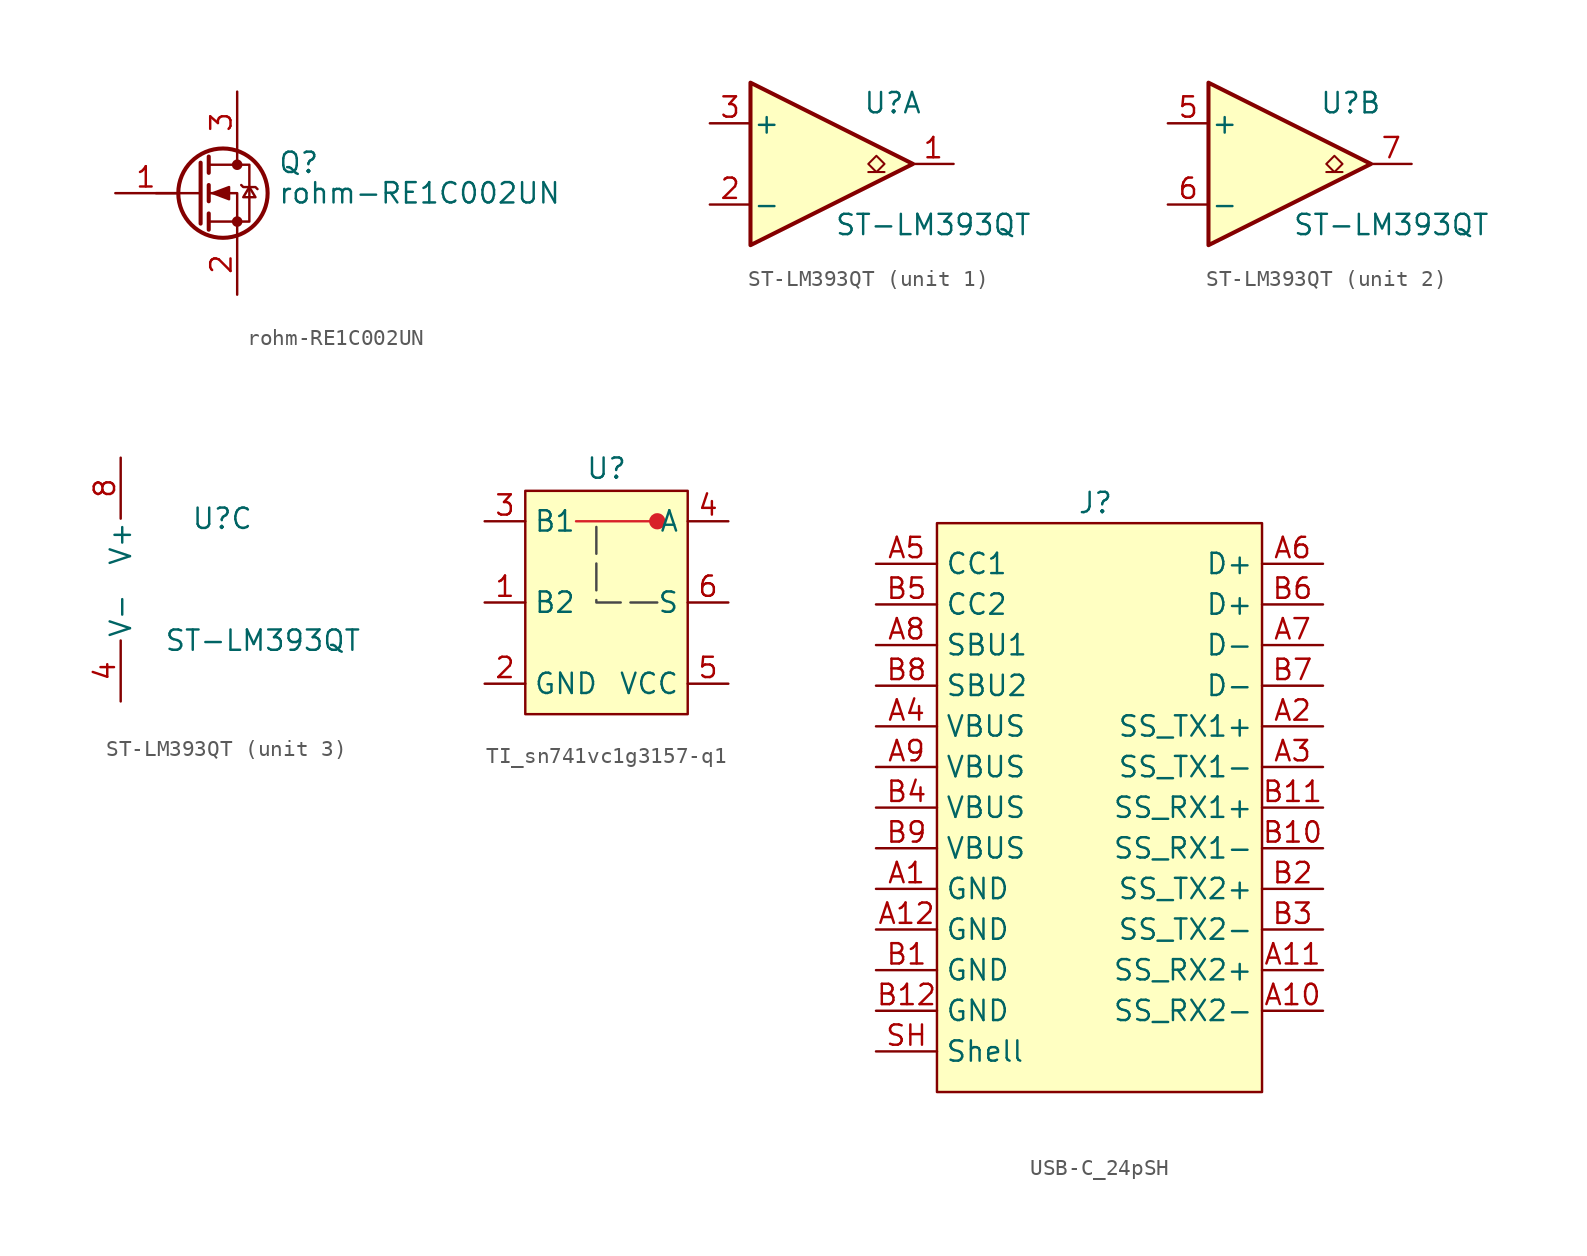
<source format=kicad_sym>
(kicad_symbol_lib
  (version 20231120)
  (generator "kicad_symbol_editor")
  (generator_version "8.0")
  (symbol "rohm-RE1C002UN"
    (pin_names hide)
    (property "Reference" "Q"
      (at 5.08 1.905 0)
      (effects (font (size 1.27 1.27)) (justify left)))
    (property "Value" "rohm-RE1C002UN"
      (at 5.08 0 0)
      (effects (font (size 1.27 1.27)) (justify left)))
    (symbol "rohm-RE1C002UN_0_1"
      (polyline (pts (xy 0.254 0) (xy -2.54 0)) (stroke (width 0) (type default)) (fill (type none)))
      (polyline (pts (xy 0.254 1.905) (xy 0.254 -1.905)) (stroke (width 0.254) (type default)) (fill (type none)))
      (polyline (pts (xy 0.762 -1.27) (xy 0.762 -2.286)) (stroke (width 0.254) (type default)) (fill (type none)))
      (polyline (pts (xy 0.762 0.508) (xy 0.762 -0.508)) (stroke (width 0.254) (type default)) (fill (type none)))
      (polyline (pts (xy 0.762 2.286) (xy 0.762 1.27)) (stroke (width 0.254) (type default)) (fill (type none)))
      (polyline (pts (xy 2.54 2.54) (xy 2.54 1.778)) (stroke (width 0) (type default)) (fill (type none)))
      (polyline (pts (xy 2.54 -2.54) (xy 2.54 0) (xy 0.762 0)) (stroke (width 0) (type default)) (fill (type none)))
      (polyline (pts (xy 0.762 -1.778) (xy 3.302 -1.778) (xy 3.302 1.778) (xy 0.762 1.778)) (stroke (width 0) (type default)) (fill (type none)))
      (polyline (pts (xy 1.016 0) (xy 2.032 0.381) (xy 2.032 -0.381) (xy 1.016 0)) (stroke (width 0) (type default)) (fill (type outline)))
      (polyline (pts (xy 2.794 0.508) (xy 2.921 0.381) (xy 3.683 0.381) (xy 3.81 0.254)) (stroke (width 0) (type default)) (fill (type none)))
      (polyline (pts (xy 3.302 0.381) (xy 2.921 -0.254) (xy 3.683 -0.254) (xy 3.302 0.381)) (stroke (width 0) (type default)) (fill (type none)))
      (circle (center 1.651 0) (radius 2.794) (stroke (width 0.254) (type default)) (fill (type none)))
      (circle (center 2.54 -1.778) (radius 0.254) (stroke (width 0) (type default)) (fill (type outline)))
      (circle (center 2.54 1.778) (radius 0.254) (stroke (width 0) (type default)) (fill (type outline))))
    (symbol "rohm-RE1C002UN_1_1"
      (pin input line (at -5.08 0 0) (length 3.81) (name "G" (effects (font (size 1.27 1.27)))) (number "1" (effects (font (size 1.27 1.27)))))
      (pin passive line (at 2.54 -6.35 90) (length 3.81) (name "S" (effects (font (size 1.27 1.27)))) (number "2" (effects (font (size 1.27 1.27)))))
      (pin passive line (at 2.54 6.35 270) (length 3.81) (name "D" (effects (font (size 1.27 1.27)))) (number "3" (effects (font (size 1.27 1.27)))))))
  (symbol "ST-LM393QT"
    (pin_names
      (offset 0.127))
    (property "Reference" "U"
      (at 3.81 3.81 0)
      (effects (font (size 1.27 1.27))))
    (property "Value" "ST-LM393QT"
      (at 6.35 -3.81 0)
      (effects (font (size 1.27 1.27))))
    (property "ki_locked" ""
      (at 0 0 0)
      (effects (font (size 1.27 1.27))))
    (symbol "ST-LM393QT_1_1"
      (polyline (pts (xy -5.08 5.08) (xy 5.08 0) (xy -5.08 -5.08) (xy -5.08 5.08)) (stroke (width 0.254) (type default)) (fill (type background)))
      (polyline (pts (xy 3.302 -0.508) (xy 2.794 -0.508) (xy 3.302 0) (xy 2.794 0.508) (xy 2.286 0) (xy 2.794 -0.508) (xy 2.286 -0.508)) (stroke (width 0.127) (type default)) (fill (type none)))
      (pin open_collector line (at 7.62 0 180) (length 2.54) (name "~" (effects (font (size 1.27 1.27)))) (number "1" (effects (font (size 1.27 1.27)))))
      (pin input line (at -7.62 -2.54 0) (length 2.54) (name "-" (effects (font (size 1.27 1.27)))) (number "2" (effects (font (size 1.27 1.27)))))
      (pin input line (at -7.62 2.54 0) (length 2.54) (name "+" (effects (font (size 1.27 1.27)))) (number "3" (effects (font (size 1.27 1.27))))))
    (symbol "ST-LM393QT_2_1"
      (polyline (pts (xy -5.08 5.08) (xy 5.08 0) (xy -5.08 -5.08) (xy -5.08 5.08)) (stroke (width 0.254) (type default)) (fill (type background)))
      (polyline (pts (xy 3.302 -0.508) (xy 2.794 -0.508) (xy 3.302 0) (xy 2.794 0.508) (xy 2.286 0) (xy 2.794 -0.508) (xy 2.286 -0.508)) (stroke (width 0.127) (type default)) (fill (type none)))
      (pin input line (at -7.62 2.54 0) (length 2.54) (name "+" (effects (font (size 1.27 1.27)))) (number "5" (effects (font (size 1.27 1.27)))))
      (pin input line (at -7.62 -2.54 0) (length 2.54) (name "-" (effects (font (size 1.27 1.27)))) (number "6" (effects (font (size 1.27 1.27)))))
      (pin open_collector line (at 7.62 0 180) (length 2.54) (name "~" (effects (font (size 1.27 1.27)))) (number "7" (effects (font (size 1.27 1.27))))))
    (symbol "ST-LM393QT_3_1"
      (pin power_in line (at -2.54 -7.62 90) (length 3.81) (name "V-" (effects (font (size 1.27 1.27)))) (number "4" (effects (font (size 1.27 1.27)))))
      (pin power_in line (at -2.54 7.62 270) (length 3.81) (name "V+" (effects (font (size 1.27 1.27)))) (number "8" (effects (font (size 1.27 1.27)))))))
  (symbol "TI_sn741vc1g3157-q1"
    (property "Reference" "U"
      (at 0 8.382 0)
      (effects (font (size 1.27 1.27))))
    (property "Value" ""
      (at 0 0 0)
      (effects (font (size 1.27 1.27))))
    (symbol "TI_sn741vc1g3157-q1_1_1"
      (rectangle (start -5.08 6.985) (end 5.08 -6.985) (stroke (width 0) (type default)) (fill (type background)))
      (polyline (pts (xy 3.175 5.08) (xy -1.905 5.08)) (stroke (width 0) (type default) (color 216 33 41 1)) (fill (type none)))
      (polyline (pts (xy 3.175 0) (xy -0.635 0) (xy -0.635 5.08)) (stroke (width 0) (type dash) (color 72 72 72 1)) (fill (type none)))
      (circle (center 3.175 5.08) (radius 0.0001) (stroke (width 0.508) (type default) (color 216 33 41 1)) (fill (type none)))
      (pin input line (at -7.62 0 0) (length 2.54) (name "B2" (effects (font (size 1.27 1.27)))) (number "1" (effects (font (size 1.27 1.27)))))
      (pin input line (at -7.62 -5.08 0) (length 2.54) (name "GND" (effects (font (size 1.27 1.27)))) (number "2" (effects (font (size 1.27 1.27)))))
      (pin input line (at -7.62 5.08 0) (length 2.54) (name "B1" (effects (font (size 1.27 1.27)))) (number "3" (effects (font (size 1.27 1.27)))))
      (pin input line (at 7.62 5.08 180) (length 2.54) (name "A" (effects (font (size 1.27 1.27)))) (number "4" (effects (font (size 1.27 1.27)))))
      (pin input line (at 7.62 -5.08 180) (length 2.54) (name "VCC" (effects (font (size 1.27 1.27)))) (number "5" (effects (font (size 1.27 1.27)))))
      (pin input line (at 7.62 0 180) (length 2.54) (name "S" (effects (font (size 1.27 1.27)))) (number "6" (effects (font (size 1.27 1.27)))))))
  (symbol "USB-C_24pSH"
    (property "Reference" "J"
      (at -0.254 17.78 0)
      (effects (font (size 1.27 1.27))))
    (property "Value" ""
      (at 0 6.35 0)
      (effects (font (size 1.27 1.27))))
    (symbol "USB-C_24pSH_1_1"
      (rectangle (start -10.16 16.51) (end 10.16 -19.05) (stroke (width 0) (type default)) (fill (type background)))
      (pin passive line (at -13.97 -6.35 0) (length 3.81) (name "GND" (effects (font (size 1.27 1.27)))) (number "A1" (effects (font (size 1.27 1.27)))))
      (pin passive line (at 13.97 -13.97 180) (length 3.81) (name "SS_RX2-" (effects (font (size 1.27 1.27)))) (number "A10" (effects (font (size 1.27 1.27)))))
      (pin passive line (at 13.97 -11.43 180) (length 3.81) (name "SS_RX2+" (effects (font (size 1.27 1.27)))) (number "A11" (effects (font (size 1.27 1.27)))))
      (pin passive line (at -13.97 -8.89 0) (length 3.81) (name "GND" (effects (font (size 1.27 1.27)))) (number "A12" (effects (font (size 1.27 1.27)))))
      (pin passive line (at 13.97 3.81 180) (length 3.81) (name "SS_TX1+" (effects (font (size 1.27 1.27)))) (number "A2" (effects (font (size 1.27 1.27)))))
      (pin passive line (at 13.97 1.27 180) (length 3.81) (name "SS_TX1-" (effects (font (size 1.27 1.27)))) (number "A3" (effects (font (size 1.27 1.27)))))
      (pin passive line (at -13.97 3.81 0) (length 3.81) (name "VBUS" (effects (font (size 1.27 1.27)))) (number "A4" (effects (font (size 1.27 1.27)))))
      (pin passive line (at -13.97 13.97 0) (length 3.81) (name "CC1" (effects (font (size 1.27 1.27)))) (number "A5" (effects (font (size 1.27 1.27)))))
      (pin passive line (at 13.97 13.97 180) (length 3.81) (name "D+" (effects (font (size 1.27 1.27)))) (number "A6" (effects (font (size 1.27 1.27)))))
      (pin passive line (at 13.97 8.89 180) (length 3.81) (name "D-" (effects (font (size 1.27 1.27)))) (number "A7" (effects (font (size 1.27 1.27)))))
      (pin passive line (at -13.97 8.89 0) (length 3.81) (name "SBU1" (effects (font (size 1.27 1.27)))) (number "A8" (effects (font (size 1.27 1.27)))))
      (pin passive line (at -13.97 1.27 0) (length 3.81) (name "VBUS" (effects (font (size 1.27 1.27)))) (number "A9" (effects (font (size 1.27 1.27)))))
      (pin passive line (at -13.97 -11.43 0) (length 3.81) (name "GND" (effects (font (size 1.27 1.27)))) (number "B1" (effects (font (size 1.27 1.27)))))
      (pin passive line (at 13.97 -3.81 180) (length 3.81) (name "SS_RX1-" (effects (font (size 1.27 1.27)))) (number "B10" (effects (font (size 1.27 1.27)))))
      (pin passive line (at 13.97 -1.27 180) (length 3.81) (name "SS_RX1+" (effects (font (size 1.27 1.27)))) (number "B11" (effects (font (size 1.27 1.27)))))
      (pin passive line (at -13.97 -13.97 0) (length 3.81) (name "GND" (effects (font (size 1.27 1.27)))) (number "B12" (effects (font (size 1.27 1.27)))))
      (pin passive line (at 13.97 -6.35 180) (length 3.81) (name "SS_TX2+" (effects (font (size 1.27 1.27)))) (number "B2" (effects (font (size 1.27 1.27)))))
      (pin passive line (at 13.97 -8.89 180) (length 3.81) (name "SS_TX2-" (effects (font (size 1.27 1.27)))) (number "B3" (effects (font (size 1.27 1.27)))))
      (pin passive line (at -13.97 -1.27 0) (length 3.81) (name "VBUS" (effects (font (size 1.27 1.27)))) (number "B4" (effects (font (size 1.27 1.27)))))
      (pin passive line (at -13.97 11.43 0) (length 3.81) (name "CC2" (effects (font (size 1.27 1.27)))) (number "B5" (effects (font (size 1.27 1.27)))))
      (pin passive line (at 13.97 11.43 180) (length 3.81) (name "D+" (effects (font (size 1.27 1.27)))) (number "B6" (effects (font (size 1.27 1.27)))))
      (pin passive line (at 13.97 6.35 180) (length 3.81) (name "D-" (effects (font (size 1.27 1.27)))) (number "B7" (effects (font (size 1.27 1.27)))))
      (pin passive line (at -13.97 6.35 0) (length 3.81) (name "SBU2" (effects (font (size 1.27 1.27)))) (number "B8" (effects (font (size 1.27 1.27)))))
      (pin passive line (at -13.97 -3.81 0) (length 3.81) (name "VBUS" (effects (font (size 1.27 1.27)))) (number "B9" (effects (font (size 1.27 1.27)))))
      (pin input line (at -13.97 -16.51 0) (length 3.81) (name "Shell" (effects (font (size 1.27 1.27)))) (number "SH" (effects (font (size 1.27 1.27))))))))
</source>
